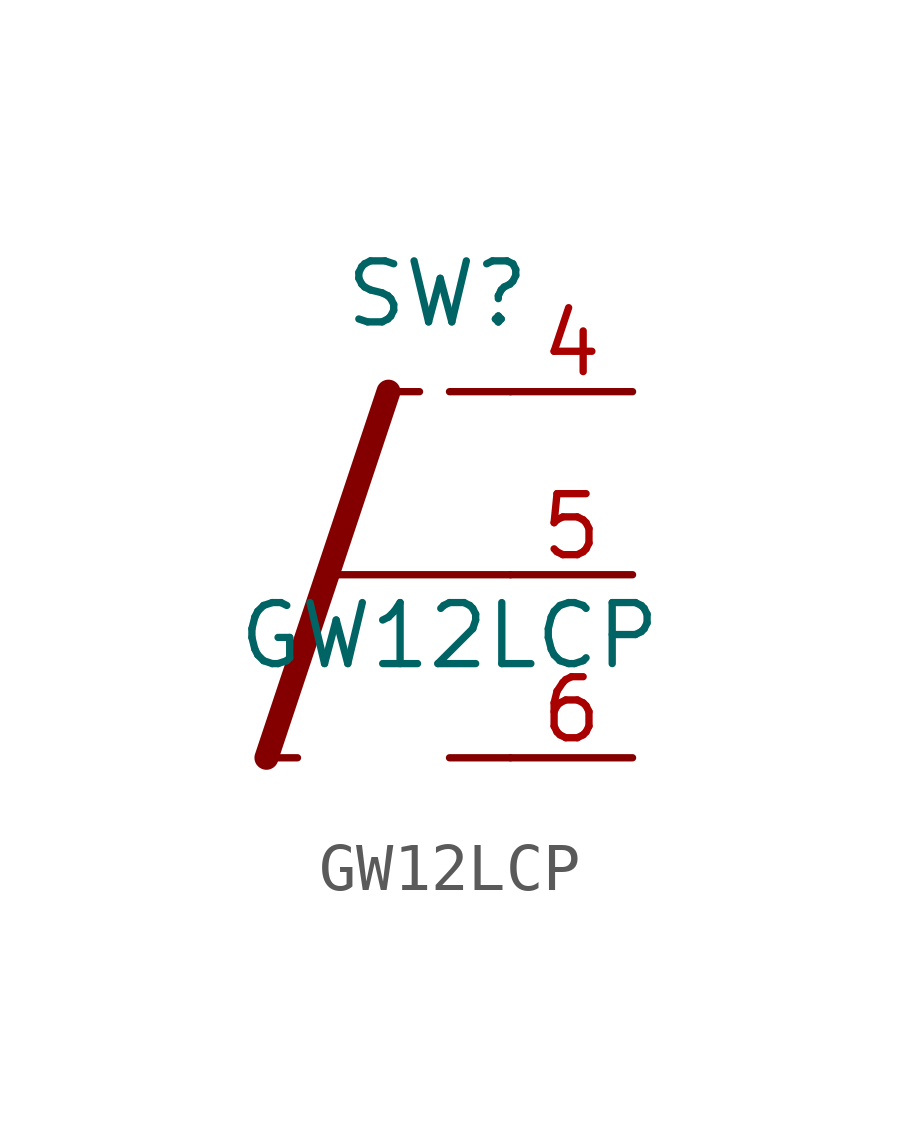
<source format=kicad_sym>
(kicad_symbol_lib
  (version 20231120)
  (generator "kicad_symbol_editor")
  (generator_version "8.0")
  (symbol "GW12LCP"
    (property "Reference" "SW"
      (at -0.254 7.112 0)
      (effects (font (size 1.27 1.27))))
    (property "Value" "GW12LCP"
      (at 0 0 0)
      (effects (font (size 1.27 1.27))))
    (symbol "GW12LCP_0_1"
      (polyline (pts (xy 1.27 -2.54) (xy 0 -2.54)) (stroke (width 0) (type default)) (fill (type none)))
      (polyline (pts (xy 1.27 1.27) (xy -2.54 1.27)) (stroke (width 0) (type default)) (fill (type none)))
      (polyline (pts (xy 1.27 5.08) (xy 0 5.08)) (stroke (width 0) (type default)) (fill (type none))))
    (symbol "GW12LCP_1_1"
      (polyline (pts (xy -3.81 -2.54) (xy -3.164 -2.54)) (stroke (width 0) (type default)) (fill (type none)))
      (polyline (pts (xy -3.81 -2.54) (xy -1.27 5.08)) (stroke (width 0.5) (type default)) (fill (type none)))
      (polyline (pts (xy -1.27 5.08) (xy -0.624 5.08)) (stroke (width 0) (type default)) (fill (type none)))
      (pin passive line (at 3.81 5.08 180) (length 2.54) (name "" (effects (font (size 1.27 1.27)))) (number "4" (effects (font (size 1.27 1.27)))))
      (pin passive line (at 3.81 1.27 180) (length 2.54) (name "" (effects (font (size 1.27 1.27)))) (number "5" (effects (font (size 1.27 1.27)))))
      (pin passive line (at 3.81 -2.54 180) (length 2.54) (name "" (effects (font (size 1.27 1.27)))) (number "6" (effects (font (size 1.27 1.27))))))))
</source>
